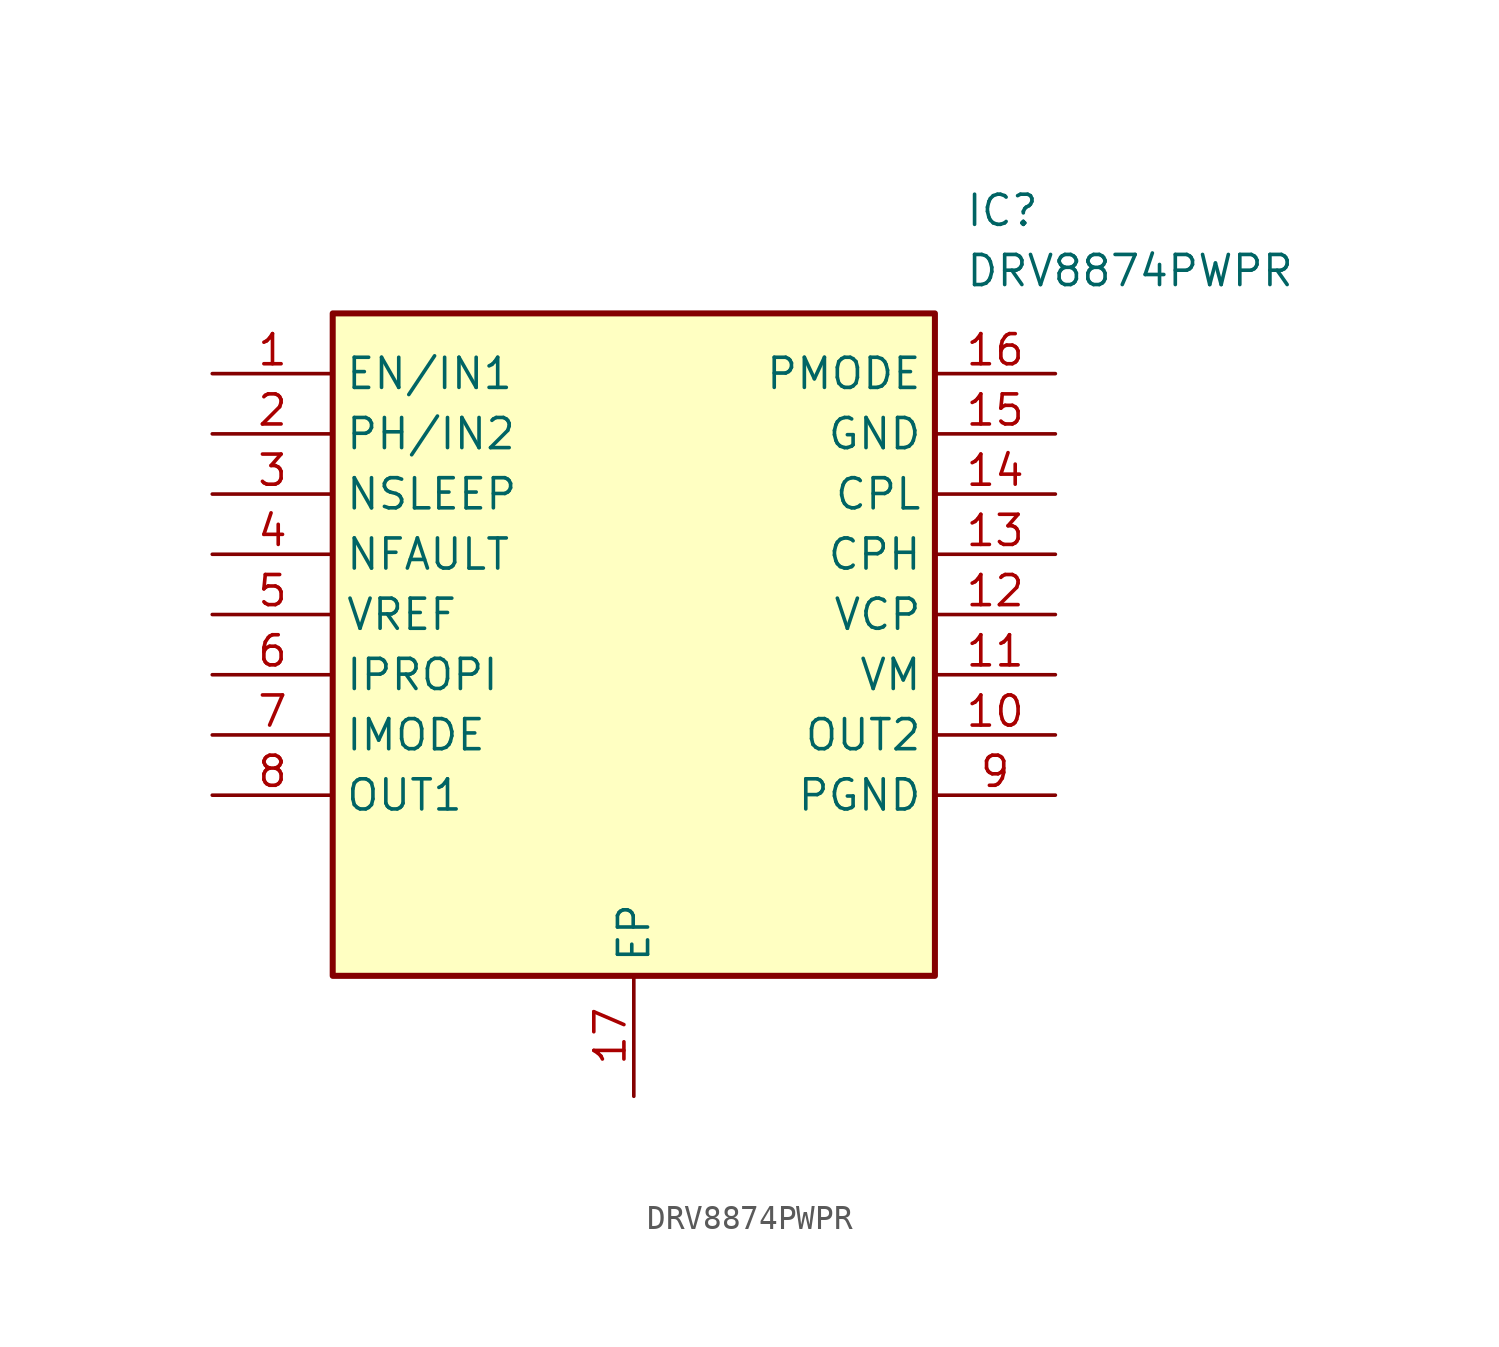
<source format=kicad_sym>
(kicad_symbol_lib
  (version 20211014)
  (generator SamacSys_ECAD_Model)
  (symbol "DRV8874PWPR"
    (property "Reference" "IC"
      (at 31.75 7.62 0)
      (effects (font (size 1.27 1.27)) (justify left top)))
    (property "Value" "DRV8874PWPR"
      (at 31.75 5.08 0)
      (effects (font (size 1.27 1.27)) (justify left top)))
    (rectangle
      (start 5.08 2.54)
      (end 30.48 -25.4)
      (stroke (width 0.254) (type default))
      (fill (type background)))
    (pin passive line
      (at 0 0 0)
      (length 5.08)
      (name "EN/IN1" (effects (font (size 1.27 1.27))))
      (number "1" (effects (font (size 1.27 1.27)))))
    (pin passive line
      (at 0 -2.54 0)
      (length 5.08)
      (name "PH/IN2" (effects (font (size 1.27 1.27))))
      (number "2" (effects (font (size 1.27 1.27)))))
    (pin passive line
      (at 0 -5.08 0)
      (length 5.08)
      (name "NSLEEP" (effects (font (size 1.27 1.27))))
      (number "3" (effects (font (size 1.27 1.27)))))
    (pin passive line
      (at 0 -7.62 0)
      (length 5.08)
      (name "NFAULT" (effects (font (size 1.27 1.27))))
      (number "4" (effects (font (size 1.27 1.27)))))
    (pin passive line
      (at 0 -10.16 0)
      (length 5.08)
      (name "VREF" (effects (font (size 1.27 1.27))))
      (number "5" (effects (font (size 1.27 1.27)))))
    (pin passive line
      (at 0 -12.7 0)
      (length 5.08)
      (name "IPROPI" (effects (font (size 1.27 1.27))))
      (number "6" (effects (font (size 1.27 1.27)))))
    (pin passive line
      (at 0 -15.24 0)
      (length 5.08)
      (name "IMODE" (effects (font (size 1.27 1.27))))
      (number "7" (effects (font (size 1.27 1.27)))))
    (pin passive line
      (at 0 -17.78 0)
      (length 5.08)
      (name "OUT1" (effects (font (size 1.27 1.27))))
      (number "8" (effects (font (size 1.27 1.27)))))
    (pin passive line
      (at 17.78 -30.48 90)
      (length 5.08)
      (name "EP" (effects (font (size 1.27 1.27))))
      (number "17" (effects (font (size 1.27 1.27)))))
    (pin passive line
      (at 35.56 0 180)
      (length 5.08)
      (name "PMODE" (effects (font (size 1.27 1.27))))
      (number "16" (effects (font (size 1.27 1.27)))))
    (pin passive line
      (at 35.56 -2.54 180)
      (length 5.08)
      (name "GND" (effects (font (size 1.27 1.27))))
      (number "15" (effects (font (size 1.27 1.27)))))
    (pin passive line
      (at 35.56 -5.08 180)
      (length 5.08)
      (name "CPL" (effects (font (size 1.27 1.27))))
      (number "14" (effects (font (size 1.27 1.27)))))
    (pin passive line
      (at 35.56 -7.62 180)
      (length 5.08)
      (name "CPH" (effects (font (size 1.27 1.27))))
      (number "13" (effects (font (size 1.27 1.27)))))
    (pin passive line
      (at 35.56 -10.16 180)
      (length 5.08)
      (name "VCP" (effects (font (size 1.27 1.27))))
      (number "12" (effects (font (size 1.27 1.27)))))
    (pin passive line
      (at 35.56 -12.7 180)
      (length 5.08)
      (name "VM" (effects (font (size 1.27 1.27))))
      (number "11" (effects (font (size 1.27 1.27)))))
    (pin passive line
      (at 35.56 -15.24 180)
      (length 5.08)
      (name "OUT2" (effects (font (size 1.27 1.27))))
      (number "10" (effects (font (size 1.27 1.27)))))
    (pin passive line
      (at 35.56 -17.78 180)
      (length 5.08)
      (name "PGND" (effects (font (size 1.27 1.27))))
      (number "9" (effects (font (size 1.27 1.27)))))))
</source>
